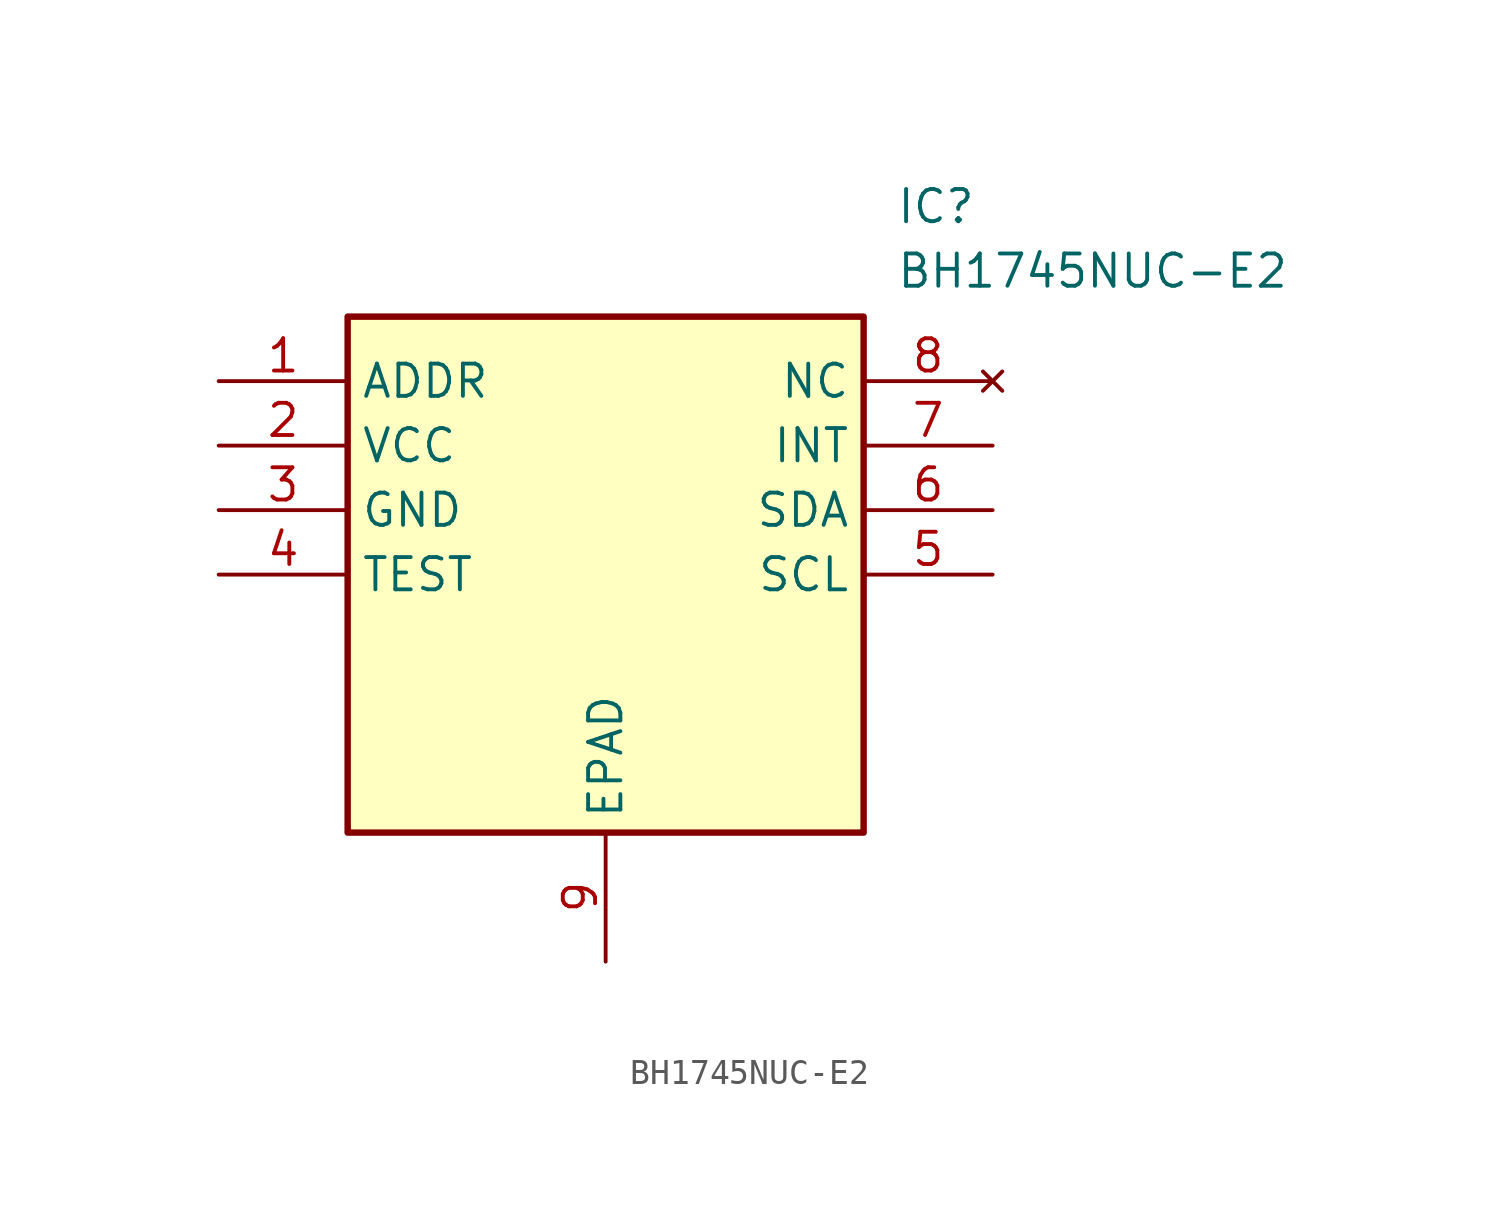
<source format=kicad_sym>
(kicad_symbol_lib
  (version 20211014)
  (generator SamacSys_ECAD_Model)
  (symbol "BH1745NUC-E2"
    (property "Reference" "IC"
      (at 26.67 7.62 0)
      (effects (font (size 1.27 1.27)) (justify left top)))
    (property "Value" "BH1745NUC-E2"
      (at 26.67 5.08 0)
      (effects (font (size 1.27 1.27)) (justify left top)))
    (rectangle
      (start 5.08 2.54)
      (end 25.4 -17.78)
      (stroke (width 0.254) (type default))
      (fill (type background)))
    (pin passive line
      (at 0 0 0)
      (length 5.08)
      (name "ADDR" (effects (font (size 1.27 1.27))))
      (number "1" (effects (font (size 1.27 1.27)))))
    (pin passive line
      (at 0 -2.54 0)
      (length 5.08)
      (name "VCC" (effects (font (size 1.27 1.27))))
      (number "2" (effects (font (size 1.27 1.27)))))
    (pin passive line
      (at 0 -5.08 0)
      (length 5.08)
      (name "GND" (effects (font (size 1.27 1.27))))
      (number "3" (effects (font (size 1.27 1.27)))))
    (pin passive line
      (at 0 -7.62 0)
      (length 5.08)
      (name "TEST" (effects (font (size 1.27 1.27))))
      (number "4" (effects (font (size 1.27 1.27)))))
    (pin passive line
      (at 15.24 -22.86 90)
      (length 5.08)
      (name "EPAD" (effects (font (size 1.27 1.27))))
      (number "9" (effects (font (size 1.27 1.27)))))
    (pin no_connect line
      (at 30.48 0 180)
      (length 5.08)
      (name "NC" (effects (font (size 1.27 1.27))))
      (number "8" (effects (font (size 1.27 1.27)))))
    (pin passive line
      (at 30.48 -2.54 180)
      (length 5.08)
      (name "INT" (effects (font (size 1.27 1.27))))
      (number "7" (effects (font (size 1.27 1.27)))))
    (pin passive line
      (at 30.48 -5.08 180)
      (length 5.08)
      (name "SDA" (effects (font (size 1.27 1.27))))
      (number "6" (effects (font (size 1.27 1.27)))))
    (pin passive line
      (at 30.48 -7.62 180)
      (length 5.08)
      (name "SCL" (effects (font (size 1.27 1.27))))
      (number "5" (effects (font (size 1.27 1.27)))))))
</source>
